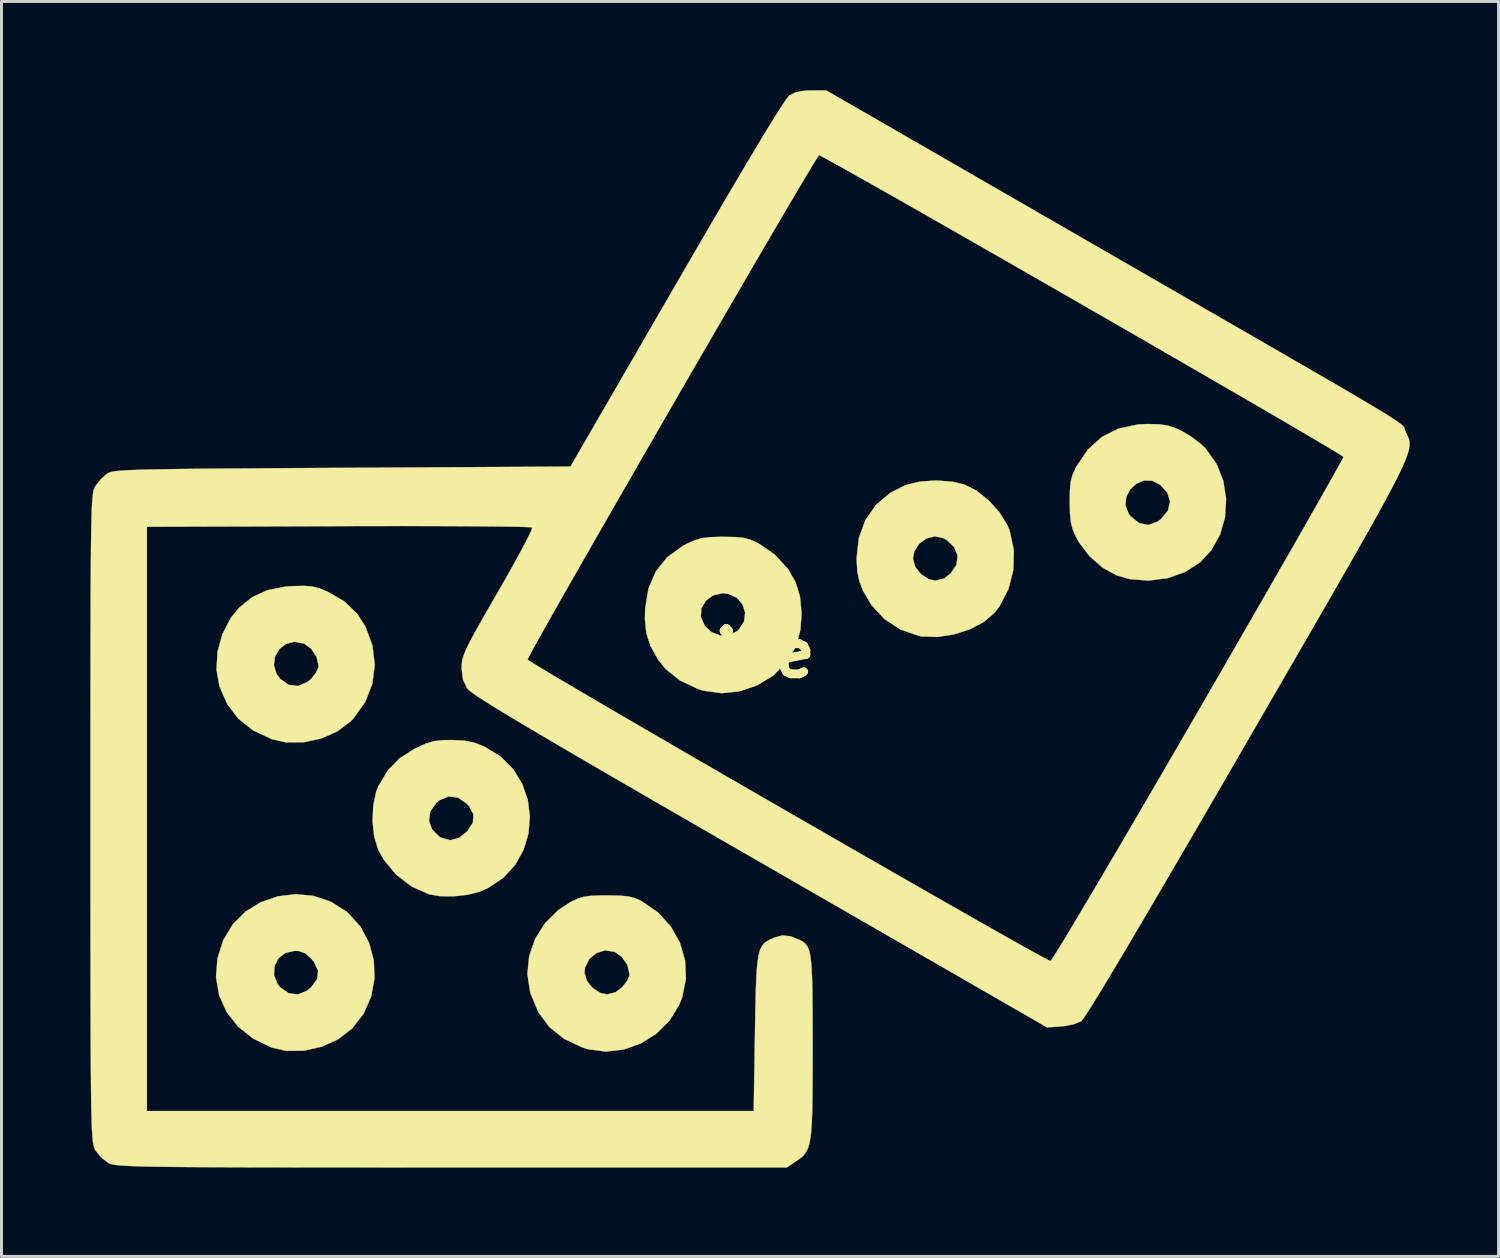
<source format=kicad_pcb>
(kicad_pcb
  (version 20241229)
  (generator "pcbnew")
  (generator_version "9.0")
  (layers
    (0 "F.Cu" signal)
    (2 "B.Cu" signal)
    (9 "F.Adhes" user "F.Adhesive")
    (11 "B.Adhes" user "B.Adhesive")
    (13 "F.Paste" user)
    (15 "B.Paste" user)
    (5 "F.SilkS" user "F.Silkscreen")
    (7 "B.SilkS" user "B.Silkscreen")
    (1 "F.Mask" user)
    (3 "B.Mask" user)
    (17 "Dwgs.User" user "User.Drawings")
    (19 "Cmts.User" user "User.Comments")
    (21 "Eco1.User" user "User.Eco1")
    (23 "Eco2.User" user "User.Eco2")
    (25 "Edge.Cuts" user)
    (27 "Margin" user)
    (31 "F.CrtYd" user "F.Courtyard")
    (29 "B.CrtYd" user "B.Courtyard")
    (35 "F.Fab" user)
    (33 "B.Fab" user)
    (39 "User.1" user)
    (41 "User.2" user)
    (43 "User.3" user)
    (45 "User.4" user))
  (footprint "Dice"
    (layer "F.Cu")
    (at 22.018 19.012)
    (property "Reference" "Dice" (at 0 0 0) (layer "F.SilkS") (effects (font (size 1.524 1.524) (thickness 0.3))))
    (attr through_hole)
    (fp_poly (pts (xy -14.482 8.188) (xy -13.899 8.383) (xy -13.366 8.721) (xy -13.326 8.754) (xy -12.899 9.224) (xy -12.606 9.771) (xy -12.447 10.367) (xy -12.424 10.982) (xy -12.537 11.589) (xy -12.787 12.159) (xy -13.175 12.662) (xy -13.18 12.666) (xy -13.649 13.027) (xy -14.204 13.28) (xy -14.802 13.414) (xy -15.399 13.42) (xy -15.891 13.31) (xy -16.521 13.006) (xy -17.033 12.598) (xy -17.418 12.105) (xy -17.668 11.546) (xy -17.774 10.94) (xy -17.768 10.86) (xy -15.816 10.86) (xy -15.7 11.158) (xy -15.605 11.277) (xy -15.317 11.477) (xy -15.008 11.514) (xy -14.699 11.387) (xy -14.556 11.267) (xy -14.358 10.991) (xy -14.327 10.714) (xy -14.462 10.424) (xy -14.552 10.314) (xy -14.761 10.124) (xy -14.98 10.049) (xy -15.113 10.041) (xy -15.433 10.112) (xy -15.667 10.298) (xy -15.8 10.56) (xy -15.816 10.86) (xy -17.768 10.86) (xy -17.727 10.304) (xy -17.531 9.685) (xy -17.207 9.147) (xy -16.775 8.717) (xy -16.26 8.4) (xy -15.688 8.203) (xy -15.087 8.13) (xy -14.482 8.188)) (stroke (width 0.01) (type solid)) (fill yes) (layer "F.SilkS"))
    (fp_poly (pts (xy -14.53 -2.261) (xy -14.29 -2.2) (xy -14.017 -2.088) (xy -13.996 -2.078) (xy -13.436 -1.752) (xy -13.007 -1.338) (xy -12.732 -0.908) (xy -12.492 -0.266) (xy -12.415 0.386) (xy -12.496 1.025) (xy -12.732 1.631) (xy -13.121 2.18) (xy -13.228 2.293) (xy -13.68 2.634) (xy -14.225 2.874) (xy -14.817 3) (xy -15.409 3.004) (xy -15.891 2.896) (xy -16.525 2.598) (xy -17.026 2.201) (xy -17.405 1.693) (xy -17.657 1.112) (xy -17.759 0.547) (xy -17.75 0.397) (xy -15.821 0.397) (xy -15.732 0.692) (xy -15.605 0.863) (xy -15.317 1.063) (xy -15.008 1.1) (xy -14.699 0.973) (xy -14.556 0.853) (xy -14.398 0.653) (xy -14.313 0.465) (xy -14.309 0.426) (xy -14.38 0.118) (xy -14.562 -0.159) (xy -14.8 -0.332) (xy -15.127 -0.393) (xy -15.414 -0.319) (xy -15.64 -0.141) (xy -15.783 0.108) (xy -15.821 0.397) (xy -17.75 0.397) (xy -17.723 -0.055) (xy -17.561 -0.648) (xy -17.283 -1.188) (xy -16.996 -1.54) (xy -16.549 -1.901) (xy -16.041 -2.134) (xy -15.439 -2.254) (xy -15.181 -2.272) (xy -14.805 -2.281) (xy -14.53 -2.261)) (stroke (width 0.01) (type solid)) (fill yes) (layer "F.SilkS"))
    (fp_poly (pts (xy 7.092 -5.797) (xy 7.499 -5.7) (xy 7.914 -5.489) (xy 8.323 -5.158) (xy 8.684 -4.755) (xy 8.95 -4.323) (xy 9.022 -4.148) (xy 9.163 -3.49) (xy 9.149 -2.823) (xy 8.986 -2.18) (xy 8.681 -1.593) (xy 8.517 -1.379) (xy 8.159 -1.067) (xy 7.685 -0.816) (xy 7.144 -0.641) (xy 6.584 -0.555) (xy 6.052 -0.575) (xy 5.956 -0.593) (xy 5.336 -0.805) (xy 4.794 -1.161) (xy 4.349 -1.643) (xy 4.077 -2.109) (xy 3.948 -2.437) (xy 3.88 -2.759) (xy 3.857 -3.155) (xy 3.857 -3.199) (xy 5.757 -3.199) (xy 5.833 -2.925) (xy 6.027 -2.677) (xy 6.289 -2.506) (xy 6.519 -2.455) (xy 6.811 -2.531) (xy 7.034 -2.703) (xy 7.229 -2.995) (xy 7.266 -3.3) (xy 7.151 -3.589) (xy 6.889 -3.834) (xy 6.79 -3.89) (xy 6.501 -3.954) (xy 6.212 -3.881) (xy 5.965 -3.7) (xy 5.801 -3.438) (xy 5.757 -3.199) (xy 3.857 -3.199) (xy 3.856 -3.221) (xy 3.931 -3.896) (xy 4.15 -4.497) (xy 4.506 -5.009) (xy 4.987 -5.419) (xy 5.507 -5.682) (xy 5.985 -5.8) (xy 6.538 -5.839) (xy 7.092 -5.797)) (stroke (width 0.01) (type solid)) (fill yes) (layer "F.SilkS"))
    (fp_poly (pts (xy -4.162 8.178) (xy -3.87 8.203) (xy -3.647 8.256) (xy -3.441 8.345) (xy -3.404 8.365) (xy -2.851 8.745) (xy -2.417 9.222) (xy -2.109 9.772) (xy -1.936 10.368) (xy -1.908 10.988) (xy -2.033 11.608) (xy -2.134 11.865) (xy -2.465 12.403) (xy -2.907 12.842) (xy -3.431 13.17) (xy -4.008 13.376) (xy -4.611 13.445) (xy -5.212 13.366) (xy -5.392 13.31) (xy -6.021 13.015) (xy -6.517 12.62) (xy -6.89 12.115) (xy -7.153 11.486) (xy -7.168 11.437) (xy -7.261 10.828) (xy -7.256 10.778) (xy -5.334 10.778) (xy -5.259 11.046) (xy -5.066 11.291) (xy -4.806 11.462) (xy -4.572 11.515) (xy -4.28 11.439) (xy -4.057 11.267) (xy -3.899 11.067) (xy -3.815 10.879) (xy -3.81 10.84) (xy -3.884 10.525) (xy -4.075 10.245) (xy -4.314 10.077) (xy -4.632 10.026) (xy -4.931 10.116) (xy -5.172 10.318) (xy -5.313 10.605) (xy -5.334 10.778) (xy -7.256 10.778) (xy -7.2 10.218) (xy -6.997 9.635) (xy -6.663 9.107) (xy -6.212 8.661) (xy -5.805 8.397) (xy -5.577 8.287) (xy -5.364 8.22) (xy -5.114 8.185) (xy -4.772 8.172) (xy -4.572 8.171) (xy -4.162 8.178)) (stroke (width 0.01) (type solid)) (fill yes) (layer "F.SilkS"))
    (fp_poly (pts (xy -9.404 2.944) (xy -9.07 3.009) (xy -8.739 3.135) (xy -8.715 3.146) (xy -8.167 3.481) (xy -7.74 3.909) (xy -7.433 4.407) (xy -7.246 4.952) (xy -7.177 5.521) (xy -7.225 6.091) (xy -7.391 6.639) (xy -7.673 7.142) (xy -8.072 7.576) (xy -8.585 7.919) (xy -8.865 8.043) (xy -9.271 8.148) (xy -9.742 8.201) (xy -10.204 8.198) (xy -10.583 8.134) (xy -10.583 8.133) (xy -11.175 7.868) (xy -11.697 7.466) (xy -12.116 6.958) (xy -12.304 6.614) (xy -12.434 6.18) (xy -12.488 5.668) (xy -12.487 5.649) (xy -10.584 5.649) (xy -10.48 5.944) (xy -10.236 6.186) (xy -10.179 6.22) (xy -9.868 6.308) (xy -9.564 6.228) (xy -9.292 6.007) (xy -9.102 5.718) (xy -9.081 5.438) (xy -9.228 5.16) (xy -9.307 5.073) (xy -9.607 4.868) (xy -9.92 4.829) (xy -10.228 4.956) (xy -10.346 5.054) (xy -10.541 5.34) (xy -10.584 5.649) (xy -12.487 5.649) (xy -12.466 5.144) (xy -12.367 4.674) (xy -12.292 4.485) (xy -11.975 3.954) (xy -11.585 3.549) (xy -11.082 3.228) (xy -11.026 3.2) (xy -10.69 3.047) (xy -10.413 2.963) (xy -10.113 2.929) (xy -9.823 2.925) (xy -9.404 2.944)) (stroke (width 0.01) (type solid)) (fill yes) (layer "F.SilkS"))
    (fp_poly (pts (xy -0.241 -3.929) (xy 0.04 -3.901) (xy 0.266 -3.842) (xy 0.492 -3.741) (xy 0.55 -3.711) (xy 1.096 -3.334) (xy 1.539 -2.848) (xy 1.794 -2.413) (xy 1.942 -1.927) (xy 1.997 -1.366) (xy 1.958 -0.796) (xy 1.826 -0.285) (xy 1.792 -0.203) (xy 1.467 0.326) (xy 1.025 0.758) (xy 0.496 1.079) (xy -0.091 1.279) (xy -0.706 1.343) (xy -1.319 1.258) (xy -1.499 1.202) (xy -2.121 0.907) (xy -2.607 0.514) (xy -2.866 0.181) (xy -3.11 -0.265) (xy -3.246 -0.687) (xy -3.293 -1.154) (xy -3.291 -1.233) (xy -1.405 -1.233) (xy -1.273 -0.928) (xy -1.041 -0.714) (xy -0.749 -0.606) (xy -0.442 -0.618) (xy -0.161 -0.765) (xy -0.123 -0.8) (xy 0.056 -1.079) (xy 0.092 -1.377) (xy 0.003 -1.657) (xy -0.196 -1.882) (xy -0.487 -2.013) (xy -0.666 -2.032) (xy -0.983 -1.963) (xy -1.234 -1.78) (xy -1.386 -1.521) (xy -1.405 -1.233) (xy -3.291 -1.233) (xy -3.284 -1.514) (xy -3.172 -2.192) (xy -2.923 -2.771) (xy -2.538 -3.25) (xy -2.016 -3.629) (xy -1.878 -3.701) (xy -1.614 -3.819) (xy -1.376 -3.89) (xy -1.104 -3.925) (xy -0.737 -3.936) (xy -0.635 -3.936) (xy -0.241 -3.929)) (stroke (width 0.01) (type solid)) (fill yes) (layer "F.SilkS"))
    (fp_poly (pts (xy 14.062 -7.736) (xy 14.352 -7.695) (xy 14.616 -7.61) (xy 14.829 -7.512) (xy 15.159 -7.315) (xy 15.484 -7.065) (xy 15.643 -6.913) (xy 16.007 -6.402) (xy 16.236 -5.827) (xy 16.332 -5.217) (xy 16.296 -4.604) (xy 16.129 -4.016) (xy 15.833 -3.485) (xy 15.461 -3.082) (xy 14.951 -2.751) (xy 14.358 -2.541) (xy 13.722 -2.458) (xy 13.085 -2.508) (xy 12.639 -2.634) (xy 12.162 -2.895) (xy 11.721 -3.281) (xy 11.364 -3.748) (xy 11.26 -3.937) (xy 11.154 -4.184) (xy 11.09 -4.429) (xy 11.059 -4.729) (xy 11.054 -4.998) (xy 12.935 -4.998) (xy 13.04 -4.717) (xy 13.11 -4.626) (xy 13.397 -4.398) (xy 13.7 -4.337) (xy 14.007 -4.444) (xy 14.124 -4.529) (xy 14.365 -4.816) (xy 14.44 -5.119) (xy 14.35 -5.42) (xy 14.108 -5.692) (xy 13.828 -5.833) (xy 13.546 -5.835) (xy 13.291 -5.724) (xy 13.086 -5.53) (xy 12.959 -5.278) (xy 12.935 -4.998) (xy 11.054 -4.998) (xy 11.051 -5.122) (xy 11.058 -5.515) (xy 11.084 -5.796) (xy 11.143 -6.02) (xy 11.243 -6.245) (xy 11.275 -6.308) (xy 11.662 -6.88) (xy 12.136 -7.308) (xy 12.699 -7.591) (xy 13.35 -7.73) (xy 13.674 -7.746) (xy 14.062 -7.736)) (stroke (width 0.01) (type solid)) (fill yes) (layer "F.SilkS"))
    (fp_poly (pts (xy 2.836 -19.006) (xy 12.065 -13.684) (xy 13.494 -12.861) (xy 14.783 -12.117) (xy 15.94 -11.45) (xy 16.972 -10.855) (xy 17.887 -10.328) (xy 18.69 -9.863) (xy 19.391 -9.458) (xy 19.995 -9.107) (xy 20.51 -8.806) (xy 20.944 -8.551) (xy 21.302 -8.338) (xy 21.594 -8.162) (xy 21.825 -8.019) (xy 22.004 -7.905) (xy 22.136 -7.814) (xy 22.23 -7.744) (xy 22.292 -7.69) (xy 22.331 -7.647) (xy 22.352 -7.611) (xy 22.363 -7.577) (xy 22.372 -7.542) (xy 22.385 -7.501) (xy 22.394 -7.481) (xy 22.44 -7.387) (xy 22.48 -7.301) (xy 22.51 -7.214) (xy 22.526 -7.119) (xy 22.525 -7.008) (xy 22.501 -6.872) (xy 22.452 -6.705) (xy 22.373 -6.498) (xy 22.261 -6.244) (xy 22.111 -5.934) (xy 21.918 -5.561) (xy 21.681 -5.118) (xy 21.393 -4.595) (xy 21.052 -3.987) (xy 20.653 -3.284) (xy 20.192 -2.479) (xy 19.666 -1.564) (xy 19.07 -0.532) (xy 18.4 0.626) (xy 17.653 1.917) (xy 17.059 2.942) (xy 16.154 4.504) (xy 15.325 5.93) (xy 14.575 7.216) (xy 13.904 8.363) (xy 13.311 9.37) (xy 12.799 10.235) (xy 12.367 10.957) (xy 12.015 11.537) (xy 11.746 11.972) (xy 11.558 12.262) (xy 11.453 12.405) (xy 11.437 12.42) (xy 11.226 12.508) (xy 10.93 12.576) (xy 10.753 12.596) (xy 10.287 12.628) (xy 0.593 7.045) (xy -0.86 6.208) (xy -2.171 5.451) (xy -3.348 4.771) (xy -4.397 4.163) (xy -5.324 3.623) (xy -6.135 3.149) (xy -6.838 2.736) (xy -7.438 2.38) (xy -7.941 2.079) (xy -8.354 1.827) (xy -8.684 1.621) (xy -8.936 1.458) (xy -9.117 1.333) (xy -9.233 1.243) (xy -9.292 1.185) (xy -9.292 1.184) (xy -9.434 0.887) (xy -9.481 0.518) (xy -9.481 0.474) (xy -9.476 0.339) (xy -9.455 0.208) (xy -7.255 0.208) (xy -7.179 0.263) (xy -6.966 0.395) (xy -6.629 0.599) (xy -6.178 0.868) (xy -5.623 1.195) (xy -4.976 1.574) (xy -4.249 2) (xy -3.451 2.464) (xy -2.594 2.963) (xy -1.689 3.488) (xy -0.747 4.033) (xy 0.221 4.593) (xy 1.204 5.16) (xy 2.192 5.729) (xy 3.172 6.294) (xy 4.135 6.847) (xy 5.069 7.383) (xy 5.962 7.894) (xy 6.805 8.376) (xy 7.587 8.821) (xy 8.295 9.224) (xy 8.919 9.577) (xy 9.449 9.874) (xy 9.872 10.11) (xy 10.179 10.277) (xy 10.358 10.37) (xy 10.401 10.388) (xy 10.458 10.314) (xy 10.593 10.102) (xy 10.803 9.762) (xy 11.08 9.303) (xy 11.42 8.734) (xy 11.818 8.064) (xy 12.268 7.302) (xy 12.765 6.458) (xy 13.302 5.54) (xy 13.876 4.558) (xy 14.479 3.521) (xy 15.108 2.438) (xy 15.416 1.905) (xy 16.054 0.803) (xy 16.666 -0.258) (xy 17.249 -1.27) (xy 17.797 -2.223) (xy 18.305 -3.107) (xy 18.767 -3.915) (xy 19.178 -4.635) (xy 19.533 -5.259) (xy 19.826 -5.779) (xy 20.053 -6.184) (xy 20.208 -6.466) (xy 20.286 -6.614) (xy 20.294 -6.636) (xy 20.218 -6.689) (xy 20.007 -6.819) (xy 19.67 -7.021) (xy 19.22 -7.287) (xy 18.666 -7.612) (xy 18.02 -7.99) (xy 17.293 -8.413) (xy 16.496 -8.876) (xy 15.639 -9.372) (xy 14.734 -9.895) (xy 13.792 -10.44) (xy 12.824 -10.998) (xy 11.84 -11.565) (xy 10.851 -12.133) (xy 9.869 -12.697) (xy 8.905 -13.25) (xy 7.969 -13.786) (xy 7.073 -14.299) (xy 6.226 -14.782) (xy 5.442 -15.229) (xy 4.729 -15.633) (xy 4.1 -15.989) (xy 3.565 -16.29) (xy 3.136 -16.53) (xy 2.822 -16.702) (xy 2.636 -16.8) (xy 2.586 -16.822) (xy 2.532 -16.746) (xy 2.4 -16.534) (xy 2.197 -16.198) (xy 1.93 -15.748) (xy 1.604 -15.197) (xy 1.226 -14.554) (xy 0.803 -13.832) (xy 0.341 -13.041) (xy -0.153 -12.192) (xy -0.673 -11.298) (xy -1.212 -10.368) (xy -1.765 -9.414) (xy -2.324 -8.447) (xy -2.883 -7.479) (xy -3.436 -6.52) (xy -3.976 -5.582) (xy -4.497 -4.676) (xy -4.992 -3.813) (xy -5.455 -3.004) (xy -5.88 -2.26) (xy -6.259 -1.594) (xy -6.587 -1.015) (xy -6.857 -0.534) (xy -7.062 -0.164) (xy -7.196 0.085) (xy -7.253 0.201) (xy -7.255 0.208) (xy -9.455 0.208) (xy -9.454 0.203) (xy -9.407 0.047) (xy -9.325 -0.149) (xy -9.199 -0.403) (xy -9.019 -0.736) (xy -8.778 -1.165) (xy -8.465 -1.71) (xy -8.256 -2.072) (xy -7.945 -2.615) (xy -7.668 -3.11) (xy -7.435 -3.54) (xy -7.255 -3.885) (xy -7.138 -4.126) (xy -7.096 -4.245) (xy -7.098 -4.253) (xy -7.191 -4.263) (xy -7.44 -4.272) (xy -7.833 -4.28) (xy -8.355 -4.287) (xy -8.994 -4.293) (xy -9.737 -4.297) (xy -10.57 -4.3) (xy -11.481 -4.301) (xy -12.456 -4.3) (xy -13.482 -4.298) (xy -13.636 -4.297) (xy -20.108 -4.276) (xy -20.108 15.452) (xy 0.381 15.452) (xy 0.423 12.823) (xy 0.437 12.035) (xy 0.452 11.399) (xy 0.471 10.896) (xy 0.5 10.508) (xy 0.54 10.218) (xy 0.596 10.008) (xy 0.671 9.86) (xy 0.77 9.756) (xy 0.895 9.678) (xy 1.05 9.608) (xy 1.071 9.599) (xy 1.35 9.522) (xy 1.625 9.551) (xy 1.933 9.675) (xy 2.042 9.735) (xy 2.131 9.806) (xy 2.203 9.906) (xy 2.258 10.05) (xy 2.3 10.255) (xy 2.33 10.538) (xy 2.35 10.914) (xy 2.362 11.401) (xy 2.368 12.014) (xy 2.37 12.77) (xy 2.371 13.31) (xy 2.37 14.167) (xy 2.366 14.871) (xy 2.357 15.441) (xy 2.34 15.892) (xy 2.313 16.242) (xy 2.272 16.507) (xy 2.215 16.706) (xy 2.14 16.854) (xy 2.045 16.97) (xy 1.925 17.069) (xy 1.787 17.164) (xy 1.499 17.357) (xy -9.814 17.357) (xy -11.429 17.357) (xy -12.883 17.356) (xy -14.186 17.356) (xy -15.344 17.354) (xy -16.369 17.353) (xy -17.267 17.35) (xy -18.048 17.347) (xy -18.72 17.343) (xy -19.292 17.338) (xy -19.772 17.332) (xy -20.17 17.324) (xy -20.494 17.315) (xy -20.752 17.305) (xy -20.954 17.292) (xy -21.107 17.279) (xy -21.221 17.263) (xy -21.304 17.245) (xy -21.365 17.226) (xy -21.412 17.204) (xy -21.415 17.202) (xy -21.656 17.017) (xy -21.849 16.776) (xy -21.859 16.759) (xy -21.881 16.711) (xy -21.901 16.651) (xy -21.919 16.568) (xy -21.935 16.455) (xy -21.949 16.303) (xy -21.962 16.102) (xy -21.972 15.844) (xy -21.981 15.52) (xy -21.989 15.122) (xy -21.995 14.64) (xy -22 14.065) (xy -22.004 13.39) (xy -22.007 12.604) (xy -22.01 11.7) (xy -22.011 10.668) (xy -22.012 9.499) (xy -22.013 8.186) (xy -22.013 6.718) (xy -22.013 5.547) (xy -22.013 3.964) (xy -22.013 2.541) (xy -22.012 1.269) (xy -22.011 0.141) (xy -22.009 -0.853) (xy -22.007 -1.722) (xy -22.004 -2.475) (xy -22 -3.12) (xy -21.995 -3.666) (xy -21.988 -4.123) (xy -21.98 -4.498) (xy -21.971 -4.801) (xy -21.96 -5.04) (xy -21.947 -5.225) (xy -21.933 -5.364) (xy -21.916 -5.466) (xy -21.898 -5.54) (xy -21.877 -5.594) (xy -21.853 -5.638) (xy -21.848 -5.647) (xy -21.667 -5.878) (xy -21.458 -6.065) (xy -21.45 -6.07) (xy -21.402 -6.096) (xy -21.338 -6.12) (xy -21.246 -6.14) (xy -21.116 -6.158) (xy -20.938 -6.173) (xy -20.7 -6.187) (xy -20.393 -6.199) (xy -20.006 -6.209) (xy -19.529 -6.218) (xy -18.95 -6.227) (xy -18.26 -6.234) (xy -17.447 -6.241) (xy -16.502 -6.248) (xy -15.414 -6.255) (xy -14.172 -6.262) (xy -13.511 -6.265) (xy -5.806 -6.308) (xy -2.229 -12.487) (xy -1.515 -13.718) (xy -0.87 -14.824) (xy -0.296 -15.801) (xy 0.206 -16.648) (xy 0.632 -17.36) (xy 0.983 -17.937) (xy 1.257 -18.374) (xy 1.451 -18.669) (xy 1.565 -18.821) (xy 1.583 -18.837) (xy 1.8 -18.948) (xy 2.091 -19) (xy 2.327 -19.007) (xy 2.836 -19.006)) (stroke (width 0.01) (type solid)) (fill yes) (layer "F.SilkS")))
  (gr_rect
    (start -3 -3)
    (end 47.549 39.373)
    (stroke (width 0.1) (type default))
    (fill no)
    (layer "Edge.Cuts")))
</source>
